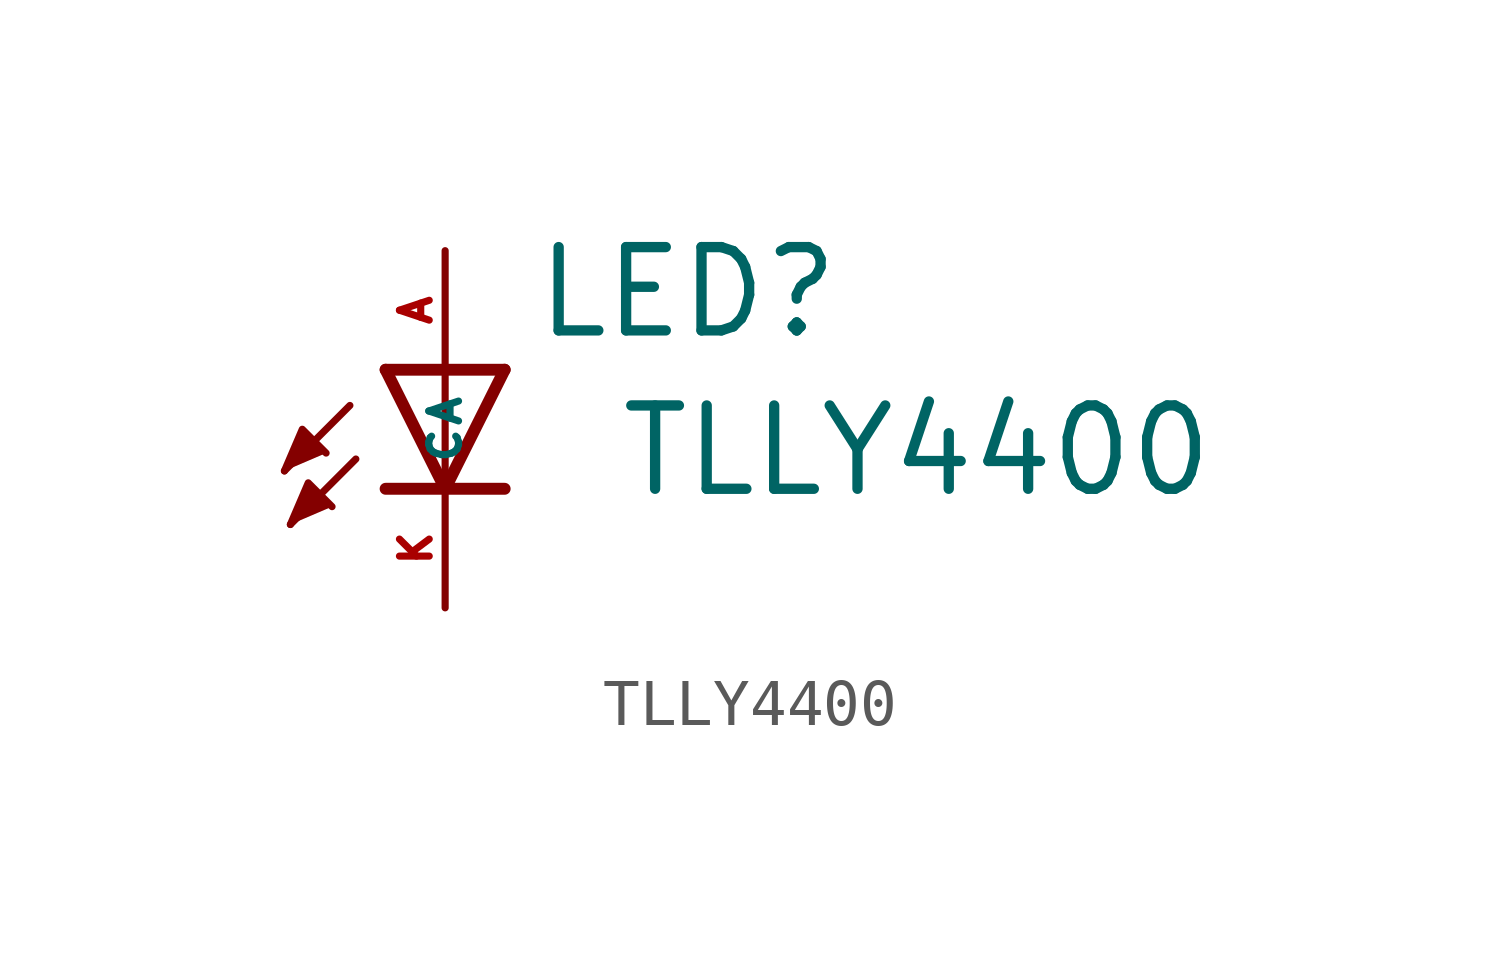
<source format=kicad_sym>
(kicad_symbol_lib
  (version 20220914)
  (generator kicad_symbol_editor)
  (symbol "TLLY4400"
    (property "Reference" "LED"
      (at 1.854 0.61 0)
      (effects (font (size 1.778 1.778) (thickness 0.22)) (justify left bottom)))
    (property "Value" "TLLY4400"
      (at 3.658 -2.769 0)
      (effects (font (size 1.778 1.778) (thickness 0.22)) (justify left bottom)))
    (symbol "TLLY4400_1_1"
      (polyline (pts (xy -2.032 -0.762) (xy -3.429 -2.159)) (stroke (width 0.152) (type default)) (fill (type none)))
      (polyline (pts (xy -1.905 -1.905) (xy -3.302 -3.302)) (stroke (width 0.152) (type default)) (fill (type none)))
      (polyline (pts (xy 0 -2.54) (xy -1.27 -2.54)) (stroke (width 0.254) (type default)) (fill (type none)))
      (polyline (pts (xy 0 -2.54) (xy -1.27 0)) (stroke (width 0.254) (type default)) (fill (type none)))
      (polyline (pts (xy 0 0) (xy -1.27 0)) (stroke (width 0.254) (type default)) (fill (type none)))
      (polyline (pts (xy 0 0) (xy 0 -2.54)) (stroke (width 0.152) (type default)) (fill (type none)))
      (polyline (pts (xy 1.27 -2.54) (xy 0 -2.54)) (stroke (width 0.254) (type default)) (fill (type none)))
      (polyline (pts (xy 1.27 0) (xy 0 -2.54)) (stroke (width 0.254) (type default)) (fill (type none)))
      (polyline (pts (xy 1.27 0) (xy 0 0)) (stroke (width 0.254) (type default)) (fill (type none)))
      (polyline (pts (xy -3.429 -2.159) (xy -3.048 -1.27) (xy -2.54 -1.778)) (stroke (width 0.152) (type default)) (fill (type outline)))
      (polyline (pts (xy -3.302 -3.302) (xy -2.921 -2.413) (xy -2.413 -2.921)) (stroke (width 0.152) (type default)) (fill (type outline)))
      (pin passive line (at 0 2.54 270) (length 2.54) (name "A" (effects (font (size 0.635 0.635)))) (number "A" (effects (font (size 0.635 0.635)))))
      (pin passive line (at 0 -5.08 90) (length 2.54) (name "C" (effects (font (size 0.635 0.635)))) (number "K" (effects (font (size 0.635 0.635))))))))
</source>
